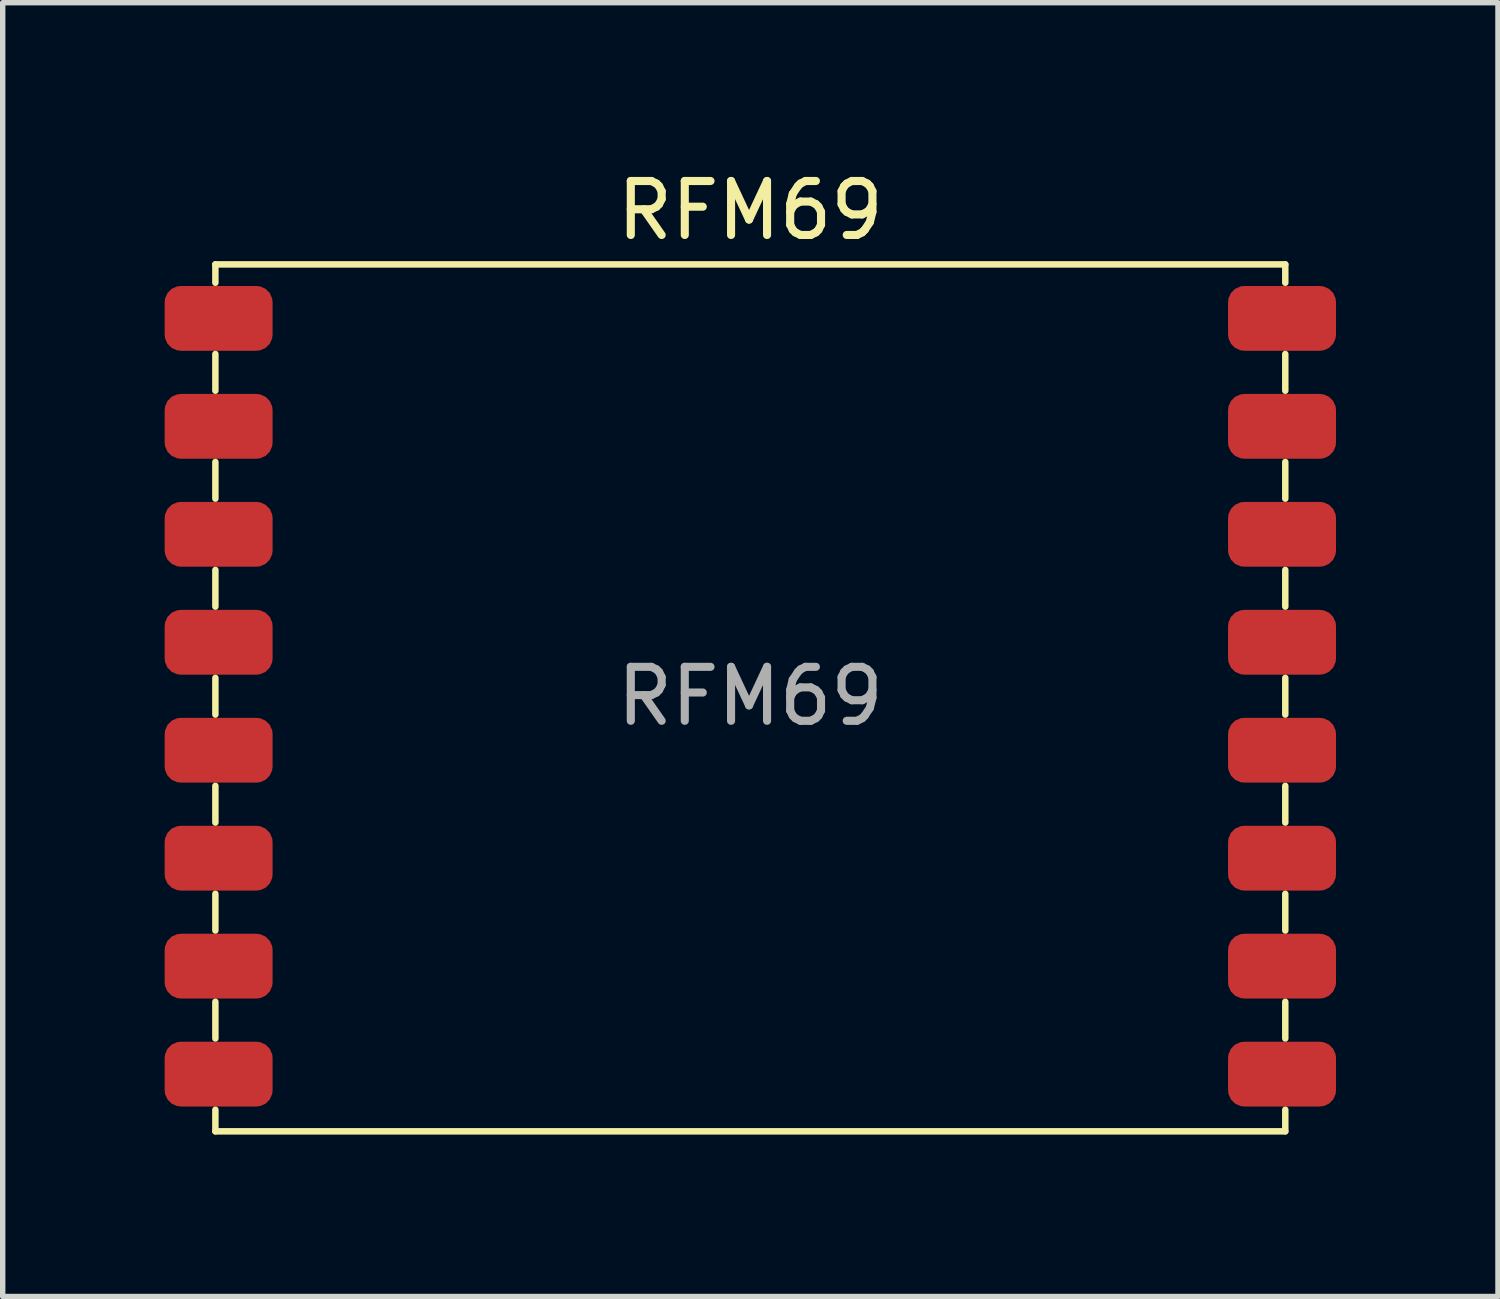
<source format=kicad_pcb>
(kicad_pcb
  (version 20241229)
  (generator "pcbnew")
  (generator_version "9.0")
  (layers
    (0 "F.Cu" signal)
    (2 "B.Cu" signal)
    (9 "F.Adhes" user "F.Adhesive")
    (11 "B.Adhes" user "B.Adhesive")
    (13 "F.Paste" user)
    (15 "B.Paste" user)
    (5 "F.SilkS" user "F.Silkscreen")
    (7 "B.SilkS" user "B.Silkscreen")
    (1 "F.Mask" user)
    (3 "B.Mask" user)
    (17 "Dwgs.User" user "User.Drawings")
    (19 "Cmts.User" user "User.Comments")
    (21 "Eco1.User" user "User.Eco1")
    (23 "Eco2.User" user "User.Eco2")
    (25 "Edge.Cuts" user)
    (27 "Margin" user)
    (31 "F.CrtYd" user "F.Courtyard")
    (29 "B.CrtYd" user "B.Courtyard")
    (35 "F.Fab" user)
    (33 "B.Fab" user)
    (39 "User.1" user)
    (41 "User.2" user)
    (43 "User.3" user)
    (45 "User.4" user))
  (footprint "RFM69"
    (layer "F.Cu")
    (at 10.85 9.848)
    (property "Reference" "RFM69" (at 0 -9 0) (unlocked yes) (layer "F.SilkS") (effects (font (size 1 1) (thickness 0.15))))
    (attr smd)
    (fp_line (start -9.91 -8) (end -9.91 -7.66) (stroke (width 0.12) (type solid)) (layer "F.SilkS"))
    (fp_line (start -9.91 -5.66) (end -9.91 -6.34) (stroke (width 0.12) (type solid)) (layer "F.SilkS"))
    (fp_line (start -9.91 -3.66) (end -9.91 -4.34) (stroke (width 0.12) (type solid)) (layer "F.SilkS"))
    (fp_line (start -9.91 -1.66) (end -9.91 -2.34) (stroke (width 0.12) (type solid)) (layer "F.SilkS"))
    (fp_line (start -9.91 0.34) (end -9.91 -0.34) (stroke (width 0.12) (type solid)) (layer "F.SilkS"))
    (fp_line (start -9.91 2.34) (end -9.91 1.66) (stroke (width 0.12) (type solid)) (layer "F.SilkS"))
    (fp_line (start -9.91 4.34) (end -9.91 3.66) (stroke (width 0.12) (type solid)) (layer "F.SilkS"))
    (fp_line (start -9.91 6.34) (end -9.91 5.66) (stroke (width 0.12) (type solid)) (layer "F.SilkS"))
    (fp_line (start -9.91 7.66) (end -9.91 8.06) (stroke (width 0.12) (type solid)) (layer "F.SilkS"))
    (fp_line (start -9.91 8.06) (end 9.91 8.06) (stroke (width 0.12) (type solid)) (layer "F.SilkS"))
    (fp_line (start 9.91 -8) (end -9.91 -8) (stroke (width 0.12) (type solid)) (layer "F.SilkS"))
    (fp_line (start 9.91 -8) (end 9.91 -7.66) (stroke (width 0.12) (type solid)) (layer "F.SilkS"))
    (fp_line (start 9.91 -5.66) (end 9.91 -6.34) (stroke (width 0.12) (type solid)) (layer "F.SilkS"))
    (fp_line (start 9.91 -3.66) (end 9.91 -4.34) (stroke (width 0.12) (type solid)) (layer "F.SilkS"))
    (fp_line (start 9.91 -1.66) (end 9.91 -2.34) (stroke (width 0.12) (type solid)) (layer "F.SilkS"))
    (fp_line (start 9.91 0.34) (end 9.91 -0.34) (stroke (width 0.12) (type solid)) (layer "F.SilkS"))
    (fp_line (start 9.91 2.34) (end 9.91 1.66) (stroke (width 0.12) (type solid)) (layer "F.SilkS"))
    (fp_line (start 9.91 4.34) (end 9.91 3.66) (stroke (width 0.12) (type solid)) (layer "F.SilkS"))
    (fp_line (start 9.91 6.34) (end 9.91 5.66) (stroke (width 0.12) (type solid)) (layer "F.SilkS"))
    (fp_line (start 9.91 7.66) (end 9.91 8.06) (stroke (width 0.12) (type solid)) (layer "F.SilkS"))
    (fp_text user "${REFERENCE}" (at 0 0 0) (unlocked yes) (layer "F.Fab") (effects (font (size 1 1) (thickness 0.15))))
    (pad "1" smd roundrect (at -9.85 -7) (size 2 1.2) (layers "F.Cu" "F.Mask" "F.Paste") (roundrect_rratio 0.25))
    (pad "2" smd roundrect (at -9.85 -5) (size 2 1.2) (layers "F.Cu" "F.Mask" "F.Paste") (roundrect_rratio 0.25))
    (pad "3" smd roundrect (at -9.85 -3) (size 2 1.2) (layers "F.Cu" "F.Mask" "F.Paste") (roundrect_rratio 0.25))
    (pad "4" smd roundrect (at -9.85 -1) (size 2 1.2) (layers "F.Cu" "F.Mask" "F.Paste") (roundrect_rratio 0.25))
    (pad "5" smd roundrect (at -9.85 1) (size 2 1.2) (layers "F.Cu" "F.Mask" "F.Paste") (roundrect_rratio 0.25))
    (pad "6" smd roundrect (at -9.85 3) (size 2 1.2) (layers "F.Cu" "F.Mask" "F.Paste") (roundrect_rratio 0.25))
    (pad "7" smd roundrect (at -9.85 5) (size 2 1.2) (layers "F.Cu" "F.Mask" "F.Paste") (roundrect_rratio 0.25))
    (pad "8" smd roundrect (at -9.85 7) (size 2 1.2) (layers "F.Cu" "F.Mask" "F.Paste") (roundrect_rratio 0.25))
    (pad "9" smd roundrect (at 9.85 -7) (size 2 1.2) (layers "F.Cu" "F.Mask" "F.Paste") (roundrect_rratio 0.25))
    (pad "10" smd roundrect (at 9.85 -5) (size 2 1.2) (layers "F.Cu" "F.Mask" "F.Paste") (roundrect_rratio 0.25))
    (pad "11" smd roundrect (at 9.85 -3) (size 2 1.2) (layers "F.Cu" "F.Mask" "F.Paste") (roundrect_rratio 0.25))
    (pad "12" smd roundrect (at 9.85 -1) (size 2 1.2) (layers "F.Cu" "F.Mask" "F.Paste") (roundrect_rratio 0.25))
    (pad "13" smd roundrect (at 9.85 1) (size 2 1.2) (layers "F.Cu" "F.Mask" "F.Paste") (roundrect_rratio 0.25))
    (pad "14" smd roundrect (at 9.85 3) (size 2 1.2) (layers "F.Cu" "F.Mask" "F.Paste") (roundrect_rratio 0.25))
    (pad "15" smd roundrect (at 9.85 5) (size 2 1.2) (layers "F.Cu" "F.Mask" "F.Paste") (roundrect_rratio 0.25))
    (pad "16" smd roundrect (at 9.85 7) (size 2 1.2) (layers "F.Cu" "F.Mask" "F.Paste") (roundrect_rratio 0.25))
    (zone (net_name "") (layer "F.Cu") (hatch edge 0.508) (connect_pads) (min_thickness 0.254) (filled_areas_thickness no) (keepout (tracks allowed) (vias allowed) (pads allowed) (copperpour allowed) (footprints not_allowed)) (placement (enabled no)) (fill) (polygon (pts (xy 20.7 17.848) (xy 1 17.848) (xy 1 1.848) (xy 20.7 1.848)))))
  (gr_rect
    (start -3 -3)
    (end 24.7 20.968)
    (stroke (width 0.1) (type default))
    (fill no)
    (layer "Edge.Cuts")))
</source>
